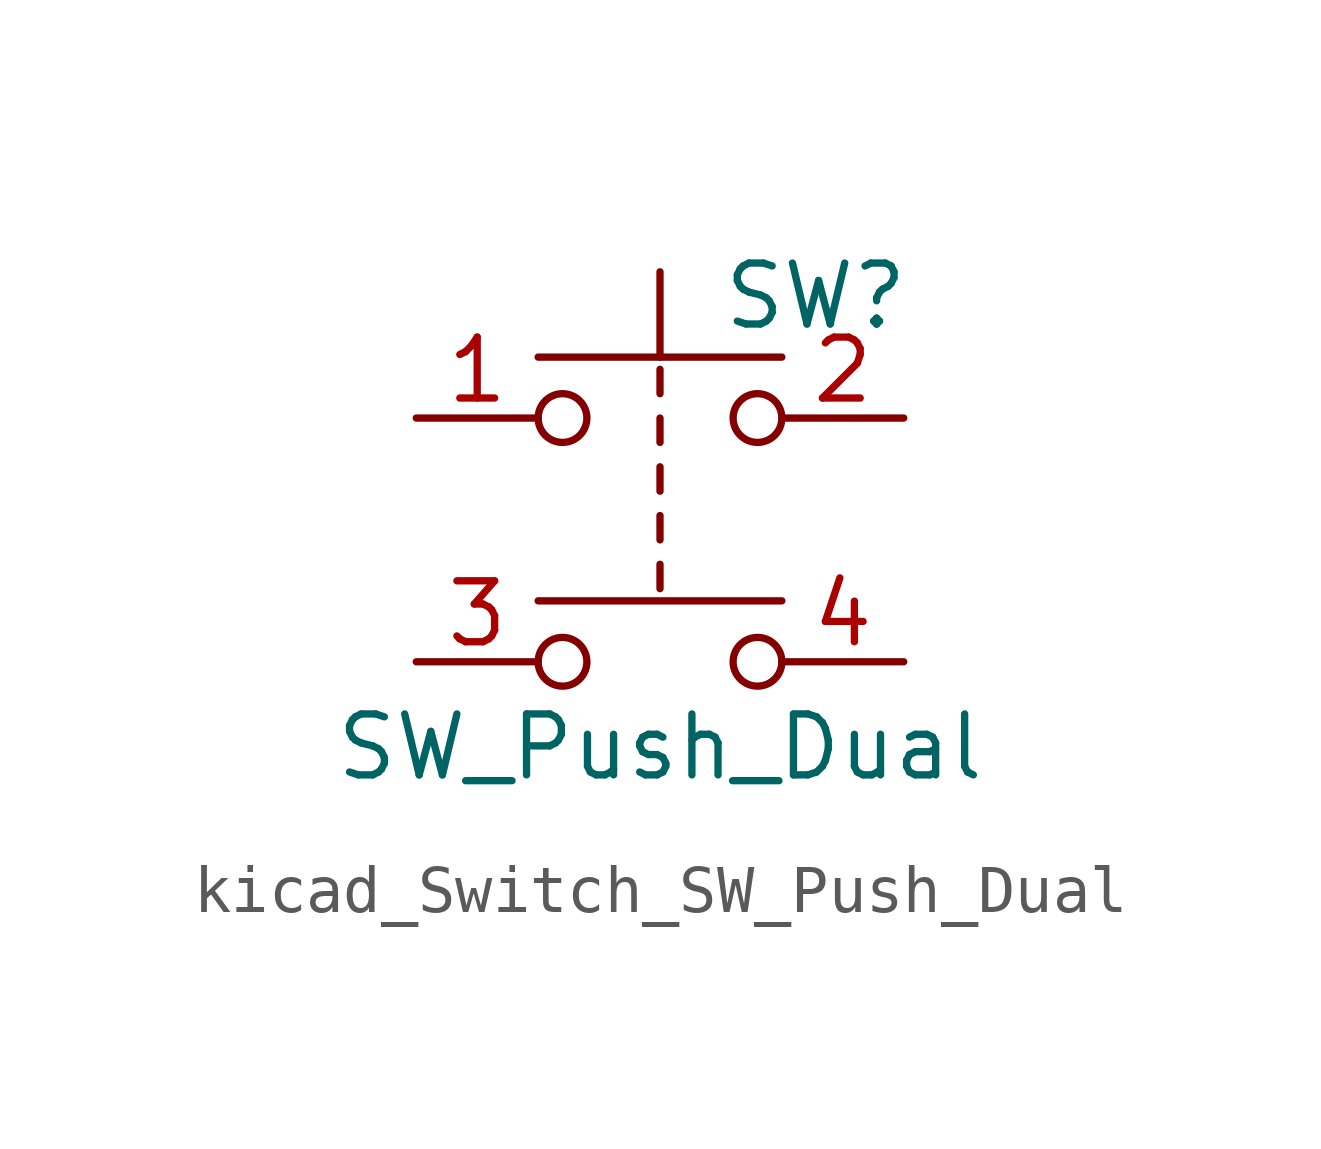
<source format=kicad_sym>
(kicad_symbol_lib
  (version 20220914)
  (generator kicad_symbol_editor)
  (symbol "kicad_Switch_SW_Push_Dual"
    (pin_names
      (offset 1.016) hide)
    (property "Reference" "SW"
      (at 1.27 2.54 0)
      (effects (font (size 1.27 1.27)) (justify left)))
    (property "Value" "SW_Push_Dual"
      (at 0 -6.858 0)
      (effects (font (size 1.27 1.27))))
    (symbol "kicad_Switch_SW_Push_Dual_0_1"
      (circle (center -2.032 -5.08) (radius 0.508) (stroke (width 0) (type default)) (fill (type none)))
      (circle (center -2.032 0) (radius 0.508) (stroke (width 0) (type default)) (fill (type none)))
      (polyline (pts (xy 0 -3.048) (xy 0 -3.556)) (stroke (width 0) (type default)) (fill (type none)))
      (polyline (pts (xy 0 -2.032) (xy 0 -2.54)) (stroke (width 0) (type default)) (fill (type none)))
      (polyline (pts (xy 0 -1.524) (xy 0 -1.016)) (stroke (width 0) (type default)) (fill (type none)))
      (polyline (pts (xy 0 -0.508) (xy 0 0)) (stroke (width 0) (type default)) (fill (type none)))
      (polyline (pts (xy 0 0.508) (xy 0 1.016)) (stroke (width 0) (type default)) (fill (type none)))
      (polyline (pts (xy 0 1.27) (xy 0 3.048)) (stroke (width 0) (type default)) (fill (type none)))
      (polyline (pts (xy 2.54 -3.81) (xy -2.54 -3.81)) (stroke (width 0) (type default)) (fill (type none)))
      (polyline (pts (xy 2.54 1.27) (xy -2.54 1.27)) (stroke (width 0) (type default)) (fill (type none)))
      (circle (center 2.032 -5.08) (radius 0.508) (stroke (width 0) (type default)) (fill (type none)))
      (circle (center 2.032 0) (radius 0.508) (stroke (width 0) (type default)) (fill (type none)))
      (pin passive line (at -5.08 0 0) (length 2.54) (name "1" (effects (font (size 1.27 1.27)))) (number "1" (effects (font (size 1.27 1.27)))))
      (pin passive line (at 5.08 0 180) (length 2.54) (name "2" (effects (font (size 1.27 1.27)))) (number "2" (effects (font (size 1.27 1.27)))))
      (pin passive line (at -5.08 -5.08 0) (length 2.54) (name "3" (effects (font (size 1.27 1.27)))) (number "3" (effects (font (size 1.27 1.27)))))
      (pin passive line (at 5.08 -5.08 180) (length 2.54) (name "4" (effects (font (size 1.27 1.27)))) (number "4" (effects (font (size 1.27 1.27))))))))
</source>
